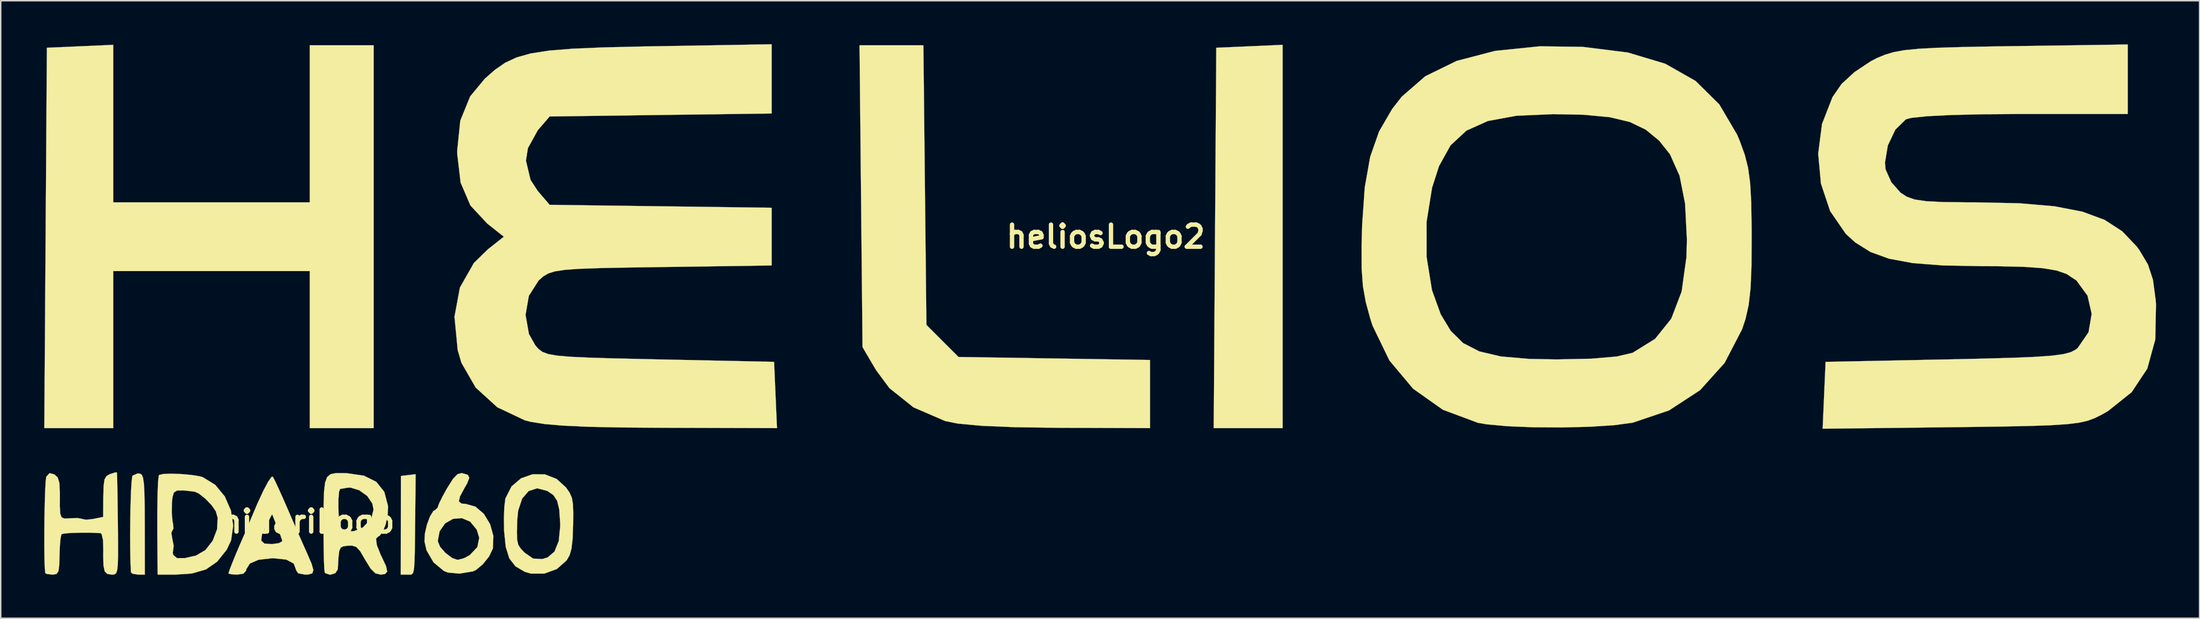
<source format=kicad_pcb>
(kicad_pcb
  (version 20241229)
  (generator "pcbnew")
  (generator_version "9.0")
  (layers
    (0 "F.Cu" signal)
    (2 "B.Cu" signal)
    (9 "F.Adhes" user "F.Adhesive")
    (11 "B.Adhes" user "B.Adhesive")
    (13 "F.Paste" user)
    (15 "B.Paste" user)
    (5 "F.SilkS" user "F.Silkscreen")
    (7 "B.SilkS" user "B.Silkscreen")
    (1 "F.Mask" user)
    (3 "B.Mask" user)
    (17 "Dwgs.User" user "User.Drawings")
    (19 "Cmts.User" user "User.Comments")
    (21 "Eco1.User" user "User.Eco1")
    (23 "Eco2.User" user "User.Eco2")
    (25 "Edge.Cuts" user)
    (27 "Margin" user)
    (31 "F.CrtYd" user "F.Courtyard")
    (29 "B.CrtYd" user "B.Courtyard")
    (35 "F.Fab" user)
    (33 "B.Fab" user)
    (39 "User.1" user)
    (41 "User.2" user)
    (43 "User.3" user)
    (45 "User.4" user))
  (footprint "heliosLogo2"
    (layer "F.Cu")
    (at 73.165 13.283)
    (property "Reference" "heliosLogo2" (at 0 0 0) (layer "F.SilkS") (effects (font (size 1.524 1.524) (thickness 0.3))))
    (attr through_hole)
    (fp_poly (pts (xy 12.192 13.208) (xy 7.443 13.208) (xy 7.531 0.085) (xy 7.62 -13.039) (xy 9.906 -13.139) (xy 12.192 -13.239) (xy 12.192 13.208)) (stroke (width 0.01) (type solid)) (fill yes) (layer "F.SilkS"))
    (fp_poly (pts (xy -68.411 -2.371) (xy -54.864 -2.371) (xy -54.864 -13.208) (xy -50.461 -13.208) (xy -50.461 13.208) (xy -54.864 13.208) (xy -54.864 2.371) (xy -68.411 2.371) (xy -68.411 13.208) (xy -73.16 13.208) (xy -73.071 0.085) (xy -72.983 -13.039) (xy -70.697 -13.139) (xy -68.411 -13.239) (xy -68.411 -2.371)) (stroke (width 0.01) (type solid)) (fill yes) (layer "F.SilkS"))
    (fp_poly (pts (xy -12.465 -3.562) (xy -12.361 6.084) (xy -11.255 7.191) (xy -10.149 8.297) (xy -3.55 8.402) (xy 3.048 8.507) (xy 3.048 13.208) (xy -3.302 13.185) (xy -6.26 13.145) (xy -8.561 13.048) (xy -10.199 12.895) (xy -11.066 12.72) (xy -13.25 11.776) (xy -14.907 10.453) (xy -15.836 9.199) (xy -16.764 7.62) (xy -16.969 -13.208) (xy -12.569 -13.208) (xy -12.465 -3.562)) (stroke (width 0.01) (type solid)) (fill yes) (layer "F.SilkS"))
    (fp_poly (pts (xy -23.029 -8.503) (xy -30.679 -8.4) (xy -38.329 -8.297) (xy -39.146 -7.347) (xy -39.829 -6.11) (xy -39.963 -5.249) (xy -39.648 -3.923) (xy -39.146 -3.152) (xy -38.329 -2.201) (xy -30.679 -2.099) (xy -23.029 -1.996) (xy -23.029 1.985) (xy -30.623 2.093) (xy -33.079 2.13) (xy -34.951 2.168) (xy -36.329 2.218) (xy -37.307 2.29) (xy -37.977 2.393) (xy -38.431 2.538) (xy -38.761 2.735) (xy -39.059 2.994) (xy -39.089 3.022) (xy -39.762 4.078) (xy -39.99 5.394) (xy -39.758 6.713) (xy -39.316 7.498) (xy -39.093 7.752) (xy -38.828 7.948) (xy -38.435 8.095) (xy -37.825 8.204) (xy -36.912 8.284) (xy -35.607 8.345) (xy -33.822 8.398) (xy -31.47 8.451) (xy -30.765 8.467) (xy -22.86 8.636) (xy -22.66 13.208) (xy -30.549 13.184) (xy -33.403 13.163) (xy -35.659 13.116) (xy -37.398 13.037) (xy -38.699 12.924) (xy -39.641 12.772) (xy -40.042 12.668) (xy -41.936 11.77) (xy -43.424 10.415) (xy -44.41 8.705) (xy -44.668 7.827) (xy -44.889 5.519) (xy -44.515 3.507) (xy -43.553 1.814) (xy -42.594 0.876) (xy -41.487 0) (xy -42.628 -0.903) (xy -43.79 -2.153) (xy -44.466 -3.73) (xy -44.703 -5.743) (xy -44.704 -5.927) (xy -44.488 -8.01) (xy -43.808 -9.683) (xy -42.798 -10.904) (xy -42.097 -11.52) (xy -41.397 -12.004) (xy -40.606 -12.373) (xy -39.63 -12.646) (xy -38.377 -12.84) (xy -36.754 -12.972) (xy -34.668 -13.061) (xy -32.027 -13.124) (xy -31.073 -13.141) (xy -23.029 -13.278) (xy -23.029 -8.503)) (stroke (width 0.01) (type solid)) (fill yes) (layer "F.SilkS"))
    (fp_poly (pts (xy 32.875 -13.099) (xy 35.988 -12.71) (xy 38.569 -11.934) (xy 40.658 -10.746) (xy 42.294 -9.124) (xy 43.518 -7.042) (xy 43.715 -6.572) (xy 44.048 -5.649) (xy 44.275 -4.752) (xy 44.415 -3.717) (xy 44.49 -2.378) (xy 44.518 -0.571) (xy 44.521 0) (xy 44.508 2.032) (xy 44.445 3.546) (xy 44.316 4.702) (xy 44.103 5.658) (xy 43.864 6.38) (xy 42.659 8.707) (xy 40.961 10.592) (xy 38.829 11.984) (xy 36.323 12.832) (xy 36.305 12.836) (xy 35.062 13.004) (xy 33.379 13.113) (xy 31.457 13.161) (xy 29.494 13.149) (xy 27.69 13.077) (xy 26.245 12.944) (xy 25.649 12.84) (xy 23.236 11.94) (xy 21.186 10.49) (xy 19.554 8.543) (xy 18.395 6.151) (xy 18.241 5.678) (xy 17.924 4.518) (xy 17.729 3.424) (xy 17.638 2.197) (xy 17.633 0.637) (xy 17.672 -0.785) (xy 17.688 -1.025) (xy 22.114 -1.025) (xy 22.117 1.407) (xy 22.485 3.684) (xy 23.09 5.358) (xy 23.783 6.503) (xy 24.634 7.34) (xy 25.748 7.913) (xy 27.235 8.264) (xy 29.202 8.433) (xy 31.071 8.467) (xy 33.472 8.417) (xy 35.209 8.268) (xy 36.289 8.018) (xy 36.333 8) (xy 37.867 7.046) (xy 38.981 5.654) (xy 39.694 3.783) (xy 40.027 1.394) (xy 40.057 0.18) (xy 39.932 -2.278) (xy 39.554 -4.199) (xy 38.892 -5.686) (xy 38.138 -6.633) (xy 37.222 -7.385) (xy 36.136 -7.911) (xy 34.754 -8.244) (xy 32.947 -8.415) (xy 30.819 -8.457) (xy 28.299 -8.345) (xy 26.341 -7.984) (xy 24.858 -7.319) (xy 23.763 -6.299) (xy 22.971 -4.87) (xy 22.492 -3.378) (xy 22.114 -1.025) (xy 17.688 -1.025) (xy 17.853 -3.405) (xy 18.227 -5.514) (xy 18.841 -7.266) (xy 19.741 -8.812) (xy 20.407 -9.668) (xy 22.026 -11.073) (xy 24.184 -12.129) (xy 26.83 -12.822) (xy 29.917 -13.138) (xy 32.875 -13.099)) (stroke (width 0.01) (type solid)) (fill yes) (layer "F.SilkS"))
    (fp_poly (pts (xy 70.443 -8.467) (xy 63.139 -8.467) (xy 60.466 -8.449) (xy 58.274 -8.397) (xy 56.615 -8.314) (xy 55.541 -8.202) (xy 55.152 -8.101) (xy 54.427 -7.391) (xy 53.907 -6.298) (xy 53.709 -5.109) (xy 53.75 -4.649) (xy 54.148 -3.757) (xy 54.781 -3.04) (xy 55.215 -2.758) (xy 55.758 -2.567) (xy 56.542 -2.451) (xy 57.7 -2.391) (xy 59.365 -2.371) (xy 59.943 -2.371) (xy 62.954 -2.308) (xy 65.384 -2.101) (xy 67.322 -1.727) (xy 68.854 -1.158) (xy 70.068 -0.369) (xy 71.051 0.664) (xy 71.248 0.931) (xy 71.835 1.916) (xy 72.18 2.969) (xy 72.368 4.37) (xy 72.39 4.663) (xy 72.34 7.097) (xy 71.791 9.1) (xy 70.715 10.725) (xy 69.087 12.027) (xy 68.622 12.292) (xy 68.166 12.518) (xy 67.686 12.696) (xy 67.095 12.831) (xy 66.302 12.931) (xy 65.22 13.004) (xy 63.759 13.057) (xy 61.829 13.097) (xy 59.343 13.132) (xy 58.319 13.144) (xy 49.413 13.249) (xy 49.514 10.943) (xy 49.615 8.636) (xy 57.962 8.467) (xy 60.587 8.409) (xy 62.618 8.351) (xy 64.142 8.286) (xy 65.241 8.205) (xy 66.001 8.102) (xy 66.506 7.97) (xy 66.84 7.8) (xy 66.991 7.68) (xy 67.74 6.594) (xy 67.957 5.325) (xy 67.671 4.07) (xy 66.91 3.023) (xy 66.227 2.571) (xy 65.546 2.335) (xy 64.596 2.174) (xy 63.258 2.078) (xy 61.416 2.036) (xy 60.378 2.032) (xy 57.721 1.984) (xy 55.628 1.821) (xy 53.992 1.519) (xy 52.705 1.052) (xy 51.659 0.395) (xy 51.011 -0.195) (xy 49.932 -1.761) (xy 49.296 -3.665) (xy 49.107 -5.731) (xy 49.37 -7.778) (xy 50.091 -9.63) (xy 50.717 -10.54) (xy 51.603 -11.355) (xy 52.745 -12.115) (xy 53.159 -12.328) (xy 53.709 -12.558) (xy 54.3 -12.735) (xy 55.033 -12.868) (xy 56.005 -12.966) (xy 57.315 -13.037) (xy 59.062 -13.089) (xy 61.343 -13.132) (xy 62.569 -13.15) (xy 70.443 -13.263) (xy 70.443 -8.467)) (stroke (width 0.01) (type solid)) (fill yes) (layer "F.SilkS")))
  (footprint "hidariLogo"
    (layer "F.Cu")
    (at 18.182 32.94)
    (property "Reference" "hidariLogo" (at 0 0 0) (layer "F.SilkS") (effects (font (size 1.524 1.524) (thickness 0.3))))
    (attr through_hole)
    (fp_poly (pts (xy 7.385 -0.263) (xy 7.371 1.093) (xy 7.358 2.095) (xy 7.338 2.797) (xy 7.305 3.252) (xy 7.251 3.513) (xy 7.168 3.632) (xy 7.051 3.663) (xy 6.891 3.658) (xy 6.854 3.658) (xy 6.392 3.658) (xy 6.397 0.254) (xy 6.401 -3.15) (xy 6.909 -3.209) (xy 7.417 -3.268) (xy 7.385 -0.263)) (stroke (width 0.01) (type solid)) (fill yes) (layer "F.SilkS"))
    (fp_poly (pts (xy -11.579 -3.309) (xy -11.46 -3.229) (xy -11.373 -3.025) (xy -11.315 -2.64) (xy -11.279 -2.018) (xy -11.26 -1.103) (xy -11.254 0.159) (xy -11.254 0.216) (xy -11.249 3.658) (xy -11.721 3.658) (xy -12.09 3.601) (xy -12.204 3.505) (xy -12.238 2.827) (xy -12.257 1.94) (xy -12.262 0.929) (xy -12.253 -0.125) (xy -12.234 -1.139) (xy -12.204 -2.029) (xy -12.165 -2.713) (xy -12.118 -3.109) (xy -12.096 -3.17) (xy -11.748 -3.322) (xy -11.579 -3.309)) (stroke (width 0.01) (type solid)) (fill yes) (layer "F.SilkS"))
    (fp_poly (pts (xy 16.326 -3.258) (xy 17.136 -2.942) (xy 17.783 -2.351) (xy 18.032 -1.992) (xy 18.185 -1.641) (xy 18.261 -1.189) (xy 18.281 -0.528) (xy 18.271 0.231) (xy 18.235 1.199) (xy 18.16 1.862) (xy 18.029 2.321) (xy 17.823 2.677) (xy 17.822 2.678) (xy 17.148 3.274) (xy 16.283 3.59) (xy 15.365 3.591) (xy 14.935 3.464) (xy 14.3 3.09) (xy 13.875 2.543) (xy 13.626 1.75) (xy 13.523 0.726) (xy 14.397 0.726) (xy 14.413 1.257) (xy 14.491 1.598) (xy 14.656 1.86) (xy 14.926 2.143) (xy 15.511 2.551) (xy 16.142 2.586) (xy 16.515 2.47) (xy 16.987 2.071) (xy 17.281 1.34) (xy 17.382 0.317) (xy 17.378 0.082) (xy 17.315 -0.828) (xy 17.173 -1.432) (xy 16.911 -1.828) (xy 16.491 -2.114) (xy 16.485 -2.117) (xy 15.794 -2.296) (xy 15.208 -2.109) (xy 14.76 -1.588) (xy 14.486 -0.768) (xy 14.418 -0.102) (xy 14.397 0.726) (xy 13.523 0.726) (xy 13.514 0.637) (xy 13.513 0.62) (xy 13.501 -0.241) (xy 13.531 -1.013) (xy 13.596 -1.552) (xy 13.612 -1.616) (xy 14.028 -2.43) (xy 14.681 -2.985) (xy 15.477 -3.267) (xy 16.326 -3.258)) (stroke (width 0.01) (type solid)) (fill yes) (layer "F.SilkS"))
    (fp_poly (pts (xy -2.302 -2.861) (xy -2.051 -2.33) (xy -1.72 -1.593) (xy -1.424 -0.914) (xy -1.004 0.055) (xy -0.586 1.012) (xy -0.231 1.817) (xy -0.072 2.171) (xy 0.244 2.905) (xy 0.368 3.348) (xy 0.294 3.573) (xy 0.016 3.651) (xy -0.203 3.658) (xy -0.679 3.57) (xy -0.813 3.367) (xy -0.984 2.9) (xy -1.503 2.622) (xy -2.377 2.531) (xy -2.495 2.532) (xy -3.412 2.635) (xy -4.012 2.896) (xy -4.262 3.298) (xy -4.267 3.378) (xy -4.45 3.593) (xy -4.877 3.658) (xy -5.305 3.635) (xy -5.486 3.582) (xy -5.486 3.581) (xy -5.414 3.351) (xy -5.227 2.865) (xy -4.974 2.242) (xy -4.701 1.598) (xy -4.579 1.321) (xy -4.575 1.312) (xy -3.23 1.312) (xy -3.005 1.516) (xy -2.489 1.555) (xy -2.013 1.488) (xy -1.781 1.36) (xy -1.776 1.321) (xy -1.878 1.017) (xy -2.072 0.503) (xy -2.151 0.305) (xy -2.476 -0.508) (xy -2.855 0.203) (xy -3.175 0.892) (xy -3.23 1.312) (xy -4.575 1.312) (xy -4.319 0.722) (xy -4.026 0.026) (xy -3.974 -0.102) (xy -3.501 -1.219) (xy -3.086 -2.117) (xy -2.751 -2.751) (xy -2.52 -3.078) (xy -2.433 -3.102) (xy -2.302 -2.861)) (stroke (width 0.01) (type solid)) (fill yes) (layer "F.SilkS"))
    (fp_poly (pts (xy 10.626 -3.341) (xy 11.009 -3.228) (xy 11.118 -3.026) (xy 10.968 -2.639) (xy 10.795 -2.334) (xy 10.472 -1.734) (xy 10.396 -1.393) (xy 10.57 -1.245) (xy 10.868 -1.219) (xy 11.535 -1.033) (xy 12.114 -0.538) (xy 12.547 0.17) (xy 12.775 0.992) (xy 12.742 1.833) (xy 12.73 1.884) (xy 12.478 2.409) (xy 12.046 2.947) (xy 11.572 3.342) (xy 11.368 3.436) (xy 10.44 3.59) (xy 9.646 3.517) (xy 9.367 3.41) (xy 8.651 2.816) (xy 8.169 1.987) (xy 8.026 1.368) (xy 8.027 1.343) (xy 8.941 1.343) (xy 9.099 1.736) (xy 9.481 2.172) (xy 9.943 2.519) (xy 10.309 2.642) (xy 10.75 2.529) (xy 11.145 2.315) (xy 11.67 1.761) (xy 11.8 1.116) (xy 11.629 0.559) (xy 11.175 0.003) (xy 10.598 -0.238) (xy 9.992 -0.189) (xy 9.452 0.121) (xy 9.07 0.665) (xy 8.941 1.343) (xy 8.027 1.343) (xy 8.055 0.828) (xy 8.196 0.212) (xy 8.404 -0.35) (xy 8.635 -0.728) (xy 8.78 -0.813) (xy 8.938 -0.966) (xy 8.941 -0.998) (xy 9.036 -1.259) (xy 9.282 -1.756) (xy 9.583 -2.301) (xy 9.989 -2.944) (xy 10.304 -3.273) (xy 10.589 -3.347) (xy 10.626 -3.341)) (stroke (width 0.01) (type solid)) (fill yes) (layer "F.SilkS"))
    (fp_poly (pts (xy -8.751 -3.28) (xy -8.053 -3.219) (xy -7.476 -3.127) (xy -7.258 -3.065) (xy -6.397 -2.536) (xy -5.739 -1.737) (xy -5.315 -0.767) (xy -5.158 0.275) (xy -5.302 1.29) (xy -5.602 1.936) (xy -6.264 2.766) (xy -7.039 3.301) (xy -8.014 3.583) (xy -9.137 3.658) (xy -10.363 3.658) (xy -10.376 2.591) (xy -10.39 0.791) (xy -10.39 0.777) (xy -9.422 0.777) (xy -9.358 1.182) (xy -9.352 1.204) (xy -9.263 1.655) (xy -9.289 1.906) (xy -9.289 1.906) (xy -9.323 2.164) (xy -9.283 2.312) (xy -9.029 2.518) (xy -8.482 2.518) (xy -7.722 2.344) (xy -7.076 1.967) (xy -6.573 1.322) (xy -6.271 0.537) (xy -6.227 -0.26) (xy -6.358 -0.711) (xy -6.653 -1.138) (xy -7.09 -1.59) (xy -7.534 -1.939) (xy -7.804 -2.061) (xy -8.57 -2.151) (xy -9.022 -2.146) (xy -9.251 -2.001) (xy -9.345 -1.674) (xy -9.38 -1.304) (xy -9.394 -0.619) (xy -9.341 -0.021) (xy -9.315 0.1) (xy -9.271 0.476) (xy -9.351 0.61) (xy -9.422 0.777) (xy -10.39 0.777) (xy -10.389 -0.705) (xy -10.372 -1.873) (xy -10.34 -2.692) (xy -10.294 -3.138) (xy -10.266 -3.213) (xy -9.989 -3.284) (xy -9.44 -3.304) (xy -8.751 -3.28)) (stroke (width 0.01) (type solid)) (fill yes) (layer "F.SilkS"))
    (fp_poly (pts (xy 2.427 -3.346) (xy 2.685 -3.337) (xy 3.852 -3.168) (xy 4.707 -2.742) (xy 5.256 -2.054) (xy 5.508 -1.096) (xy 5.517 -0.984) (xy 5.484 -0.401) (xy 5.344 0.212) (xy 5.14 0.722) (xy 4.917 0.998) (xy 4.852 1.016) (xy 4.687 1.175) (xy 4.74 1.615) (xy 5.001 2.279) (xy 5.08 2.438) (xy 5.38 3.083) (xy 5.456 3.455) (xy 5.303 3.623) (xy 4.991 3.658) (xy 4.642 3.569) (xy 4.317 3.251) (xy 3.937 2.632) (xy 3.596 2.047) (xy 3.325 1.749) (xy 3.026 1.656) (xy 2.756 1.666) (xy 2.443 1.703) (xy 2.254 1.794) (xy 2.151 2.027) (xy 2.096 2.488) (xy 2.053 3.265) (xy 2.051 3.302) (xy 1.874 3.566) (xy 1.518 3.669) (xy 1.197 3.563) (xy 1.151 3.505) (xy 1.12 3.259) (xy 1.095 2.68) (xy 1.078 1.84) (xy 1.069 0.812) (xy 1.07 0.142) (xy 1.075 -0.97) (xy 2.092 -0.97) (xy 2.116 -0.329) (xy 2.169 0.206) (xy 2.249 0.508) (xy 2.254 0.515) (xy 2.61 0.686) (xy 3.146 0.662) (xy 3.691 0.456) (xy 3.789 0.392) (xy 4.35 -0.182) (xy 4.515 -0.829) (xy 4.43 -1.249) (xy 4.081 -1.765) (xy 3.521 -2.165) (xy 2.914 -2.347) (xy 2.696 -2.335) (xy 2.323 -2.268) (xy 2.211 -2.251) (xy 2.137 -2.058) (xy 2.098 -1.589) (xy 2.092 -0.97) (xy 1.075 -0.97) (xy 1.076 -1.132) (xy 1.102 -2.055) (xy 1.173 -2.682) (xy 1.315 -3.069) (xy 1.555 -3.272) (xy 1.917 -3.346) (xy 2.427 -3.346)) (stroke (width 0.01) (type solid)) (fill yes) (layer "F.SilkS"))
    (fp_poly (pts (xy -13.163 -3.19) (xy -13.149 -2.643) (xy -13.133 -1.823) (xy -13.118 -0.796) (xy -13.108 0.152) (xy -13.096 1.42) (xy -13.095 2.338) (xy -13.112 2.963) (xy -13.154 3.351) (xy -13.226 3.558) (xy -13.336 3.642) (xy -13.491 3.658) (xy -13.525 3.658) (xy -13.833 3.615) (xy -14.016 3.433) (xy -14.101 3.033) (xy -14.117 2.337) (xy -14.111 1.981) (xy -14.131 1.273) (xy -14.224 0.868) (xy -14.306 0.796) (xy -14.954 0.767) (xy -15.671 0.765) (xy -16.334 0.786) (xy -16.816 0.826) (xy -16.991 0.87) (xy -17.054 1.12) (xy -17.104 1.657) (xy -17.129 2.323) (xy -17.149 3.039) (xy -17.207 3.439) (xy -17.336 3.615) (xy -17.568 3.657) (xy -17.616 3.658) (xy -17.99 3.62) (xy -18.11 3.556) (xy -18.145 3.21) (xy -18.167 2.562) (xy -18.177 1.699) (xy -18.176 0.709) (xy -18.166 -0.321) (xy -18.146 -1.304) (xy -18.119 -2.151) (xy -18.084 -2.776) (xy -18.043 -3.09) (xy -18.039 -3.101) (xy -17.815 -3.344) (xy -17.483 -3.255) (xy -17.256 -3.05) (xy -17.141 -2.673) (xy -17.107 -2.019) (xy -17.107 -1.881) (xy -17.109 -1.048) (xy -17.079 -0.544) (xy -16.984 -0.29) (xy -16.788 -0.21) (xy -16.456 -0.225) (xy -16.369 -0.232) (xy -15.865 -0.242) (xy -15.563 -0.185) (xy -15.549 -0.173) (xy -15.287 -0.128) (xy -14.814 -0.18) (xy -14.776 -0.188) (xy -14.122 -0.321) (xy -14.111 -1.717) (xy -14.091 -2.466) (xy -14.027 -2.91) (xy -13.89 -3.147) (xy -13.654 -3.276) (xy -13.297 -3.388) (xy -13.176 -3.397) (xy -13.163 -3.19)) (stroke (width 0.01) (type solid)) (fill yes) (layer "F.SilkS")))
  (gr_rect
    (start -3 -3)
    (end 148.56 39.613)
    (stroke (width 0.1) (type default))
    (fill no)
    (layer "Edge.Cuts")))
</source>
